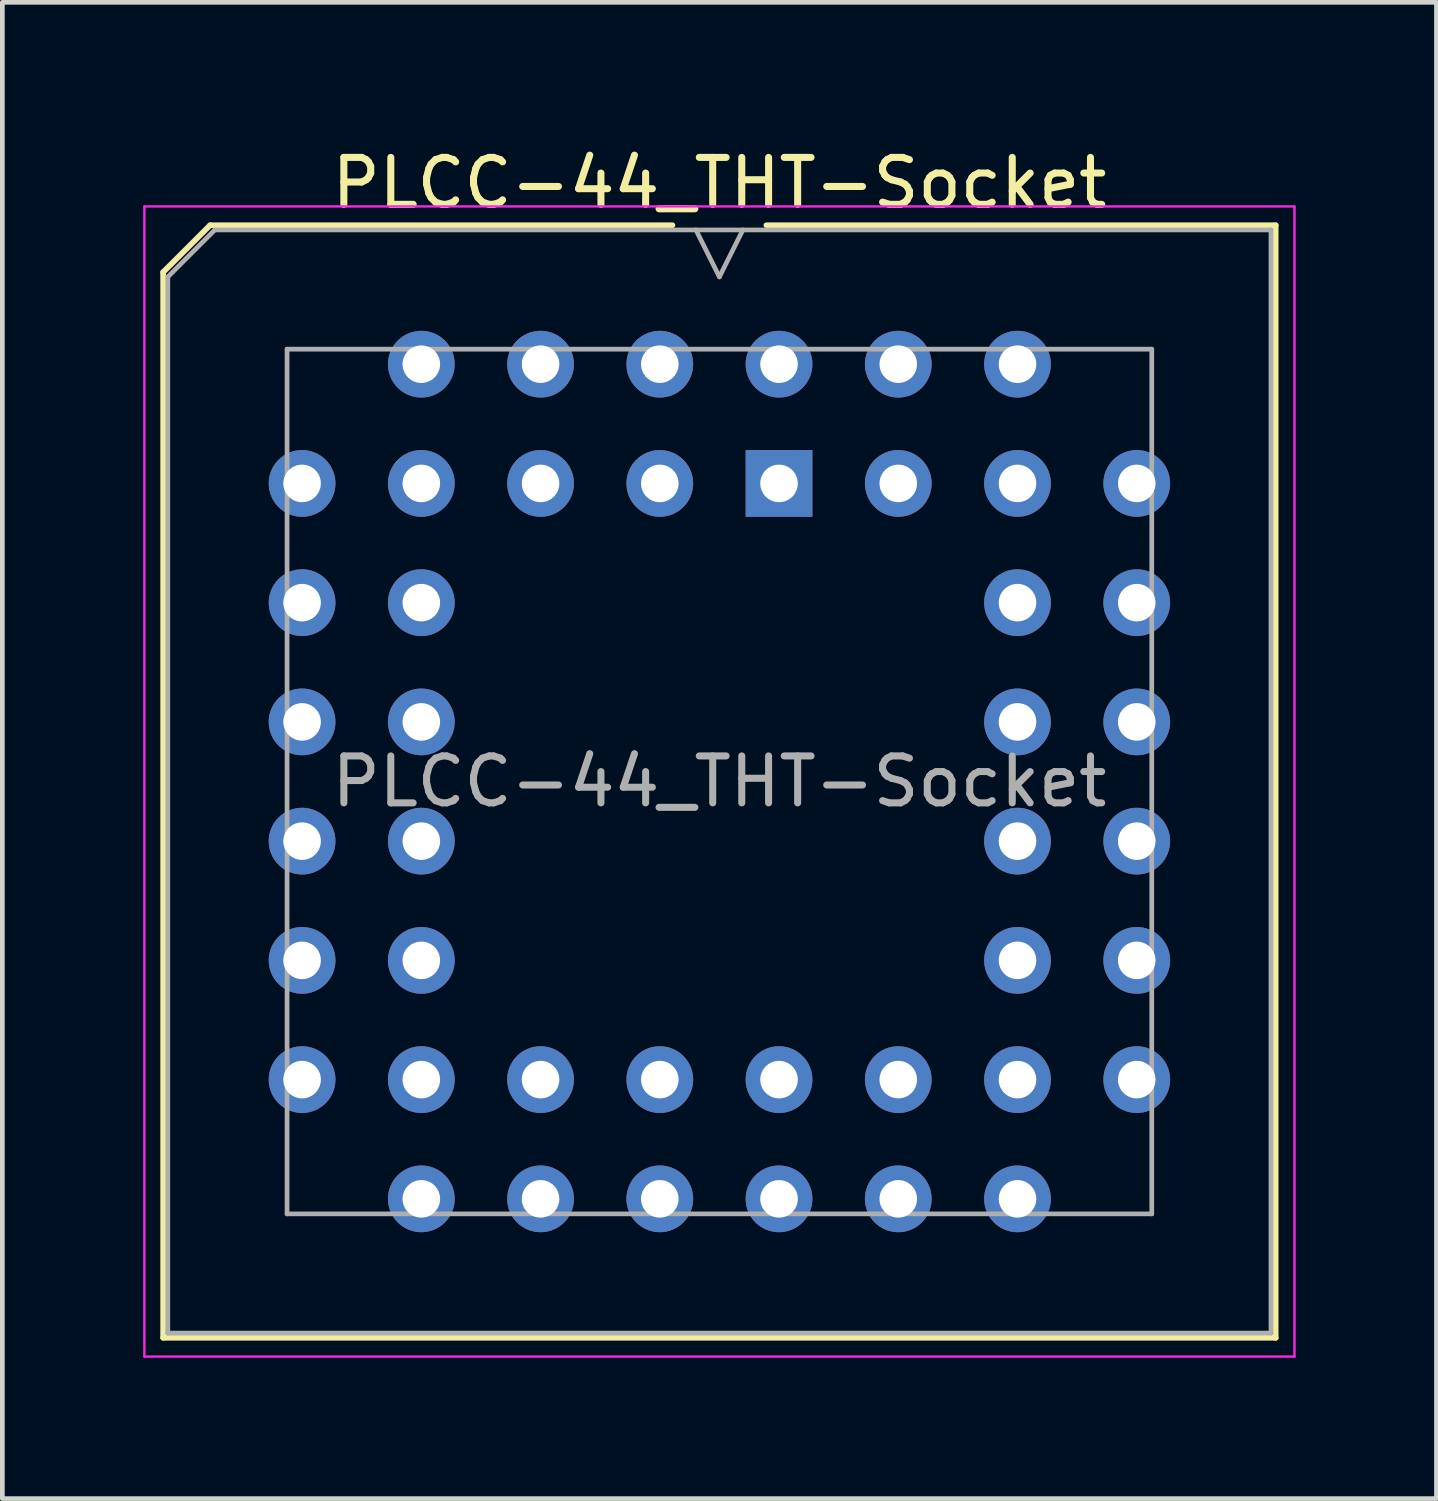
<source format=kicad_pcb>
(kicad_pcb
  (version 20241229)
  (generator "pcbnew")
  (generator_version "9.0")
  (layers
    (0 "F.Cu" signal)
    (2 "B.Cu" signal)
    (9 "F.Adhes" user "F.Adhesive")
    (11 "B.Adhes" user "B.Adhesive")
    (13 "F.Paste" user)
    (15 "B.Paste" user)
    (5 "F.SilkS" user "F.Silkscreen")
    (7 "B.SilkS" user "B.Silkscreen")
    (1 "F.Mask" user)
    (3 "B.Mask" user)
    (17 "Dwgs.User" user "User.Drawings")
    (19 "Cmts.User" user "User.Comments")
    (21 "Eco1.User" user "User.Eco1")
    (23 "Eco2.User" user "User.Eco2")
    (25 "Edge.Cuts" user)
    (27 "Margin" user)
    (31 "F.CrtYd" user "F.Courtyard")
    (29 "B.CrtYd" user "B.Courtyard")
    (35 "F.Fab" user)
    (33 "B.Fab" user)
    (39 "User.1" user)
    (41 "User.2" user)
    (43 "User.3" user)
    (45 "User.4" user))
  (footprint "PLCC-44_THT-Socket"
    (layer "F.Cu")
    (at 13.545 7.248)
    (property "Reference" "PLCC-44_THT-Socket" (at -1.27 -6.4 0) (layer "F.SilkS") (effects (font (size 1 1) (thickness 0.15))))
    (attr through_hole)
    (fp_line (start -13.12 -4.5) (end -13.12 18.2) (stroke (width 0.12) (type solid)) (layer "F.SilkS"))
    (fp_line (start -13.12 18.2) (end 10.58 18.2) (stroke (width 0.12) (type solid)) (layer "F.SilkS"))
    (fp_line (start -12.12 -5.5) (end -13.12 -4.5) (stroke (width 0.12) (type solid)) (layer "F.SilkS"))
    (fp_line (start -2.27 -5.5) (end -12.12 -5.5) (stroke (width 0.12) (type solid)) (layer "F.SilkS"))
    (fp_line (start 10.58 -5.5) (end -0.27 -5.5) (stroke (width 0.12) (type solid)) (layer "F.SilkS"))
    (fp_line (start 10.58 18.2) (end 10.58 -5.5) (stroke (width 0.12) (type solid)) (layer "F.SilkS"))
    (fp_line (start -13.52 -5.9) (end -13.52 18.6) (stroke (width 0.05) (type solid)) (layer "F.CrtYd"))
    (fp_line (start -13.52 18.6) (end 10.98 18.6) (stroke (width 0.05) (type solid)) (layer "F.CrtYd"))
    (fp_line (start 10.98 -5.9) (end -13.52 -5.9) (stroke (width 0.05) (type solid)) (layer "F.CrtYd"))
    (fp_line (start 10.98 18.6) (end 10.98 -5.9) (stroke (width 0.05) (type solid)) (layer "F.CrtYd"))
    (fp_line (start -13.02 -4.4) (end -13.02 18.1) (stroke (width 0.1) (type solid)) (layer "F.Fab"))
    (fp_line (start -13.02 18.1) (end 10.48 18.1) (stroke (width 0.1) (type solid)) (layer "F.Fab"))
    (fp_line (start -12.02 -5.4) (end -13.02 -4.4) (stroke (width 0.1) (type solid)) (layer "F.Fab"))
    (fp_line (start -10.48 -2.86) (end -10.48 15.56) (stroke (width 0.1) (type solid)) (layer "F.Fab"))
    (fp_line (start -10.48 15.56) (end 7.94 15.56) (stroke (width 0.1) (type solid)) (layer "F.Fab"))
    (fp_line (start -1.77 -5.4) (end -1.27 -4.4) (stroke (width 0.1) (type solid)) (layer "F.Fab"))
    (fp_line (start -1.27 -4.4) (end -0.77 -5.4) (stroke (width 0.1) (type solid)) (layer "F.Fab"))
    (fp_line (start 7.94 -2.86) (end -10.48 -2.86) (stroke (width 0.1) (type solid)) (layer "F.Fab"))
    (fp_line (start 7.94 15.56) (end 7.94 -2.86) (stroke (width 0.1) (type solid)) (layer "F.Fab"))
    (fp_line (start 10.48 -5.4) (end -12.02 -5.4) (stroke (width 0.1) (type solid)) (layer "F.Fab"))
    (fp_line (start 10.48 18.1) (end 10.48 -5.4) (stroke (width 0.1) (type solid)) (layer "F.Fab"))
    (fp_text user "${REFERENCE}" (at -1.27 6.35 0) (layer "F.Fab") (effects (font (size 1 1) (thickness 0.15))))
    (pad "1" thru_hole rect (at 0 0) (size 1.422 1.422) (drill 0.8) (layers "*.Cu" "*.Mask"))
    (pad "2" thru_hole circle (at -2.54 -2.54) (size 1.422 1.422) (drill 0.8) (layers "*.Cu" "*.Mask"))
    (pad "3" thru_hole circle (at -2.54 0) (size 1.422 1.422) (drill 0.8) (layers "*.Cu" "*.Mask"))
    (pad "4" thru_hole circle (at -5.08 -2.54) (size 1.422 1.422) (drill 0.8) (layers "*.Cu" "*.Mask"))
    (pad "5" thru_hole circle (at -5.08 0) (size 1.422 1.422) (drill 0.8) (layers "*.Cu" "*.Mask"))
    (pad "6" thru_hole circle (at -7.62 -2.54) (size 1.422 1.422) (drill 0.8) (layers "*.Cu" "*.Mask"))
    (pad "7" thru_hole circle (at -10.16 0) (size 1.422 1.422) (drill 0.8) (layers "*.Cu" "*.Mask"))
    (pad "8" thru_hole circle (at -7.62 0) (size 1.422 1.422) (drill 0.8) (layers "*.Cu" "*.Mask"))
    (pad "9" thru_hole circle (at -10.16 2.54) (size 1.422 1.422) (drill 0.8) (layers "*.Cu" "*.Mask"))
    (pad "10" thru_hole circle (at -7.62 2.54) (size 1.422 1.422) (drill 0.8) (layers "*.Cu" "*.Mask"))
    (pad "11" thru_hole circle (at -10.16 5.08) (size 1.422 1.422) (drill 0.8) (layers "*.Cu" "*.Mask"))
    (pad "12" thru_hole circle (at -7.62 5.08) (size 1.422 1.422) (drill 0.8) (layers "*.Cu" "*.Mask"))
    (pad "13" thru_hole circle (at -10.16 7.62) (size 1.422 1.422) (drill 0.8) (layers "*.Cu" "*.Mask"))
    (pad "14" thru_hole circle (at -7.62 7.62) (size 1.422 1.422) (drill 0.8) (layers "*.Cu" "*.Mask"))
    (pad "15" thru_hole circle (at -10.16 10.16) (size 1.422 1.422) (drill 0.8) (layers "*.Cu" "*.Mask"))
    (pad "16" thru_hole circle (at -7.62 10.16) (size 1.422 1.422) (drill 0.8) (layers "*.Cu" "*.Mask"))
    (pad "17" thru_hole circle (at -10.16 12.7) (size 1.422 1.422) (drill 0.8) (layers "*.Cu" "*.Mask"))
    (pad "18" thru_hole circle (at -7.62 15.24) (size 1.422 1.422) (drill 0.8) (layers "*.Cu" "*.Mask"))
    (pad "19" thru_hole circle (at -7.62 12.7) (size 1.422 1.422) (drill 0.8) (layers "*.Cu" "*.Mask"))
    (pad "20" thru_hole circle (at -5.08 15.24) (size 1.422 1.422) (drill 0.8) (layers "*.Cu" "*.Mask"))
    (pad "21" thru_hole circle (at -5.08 12.7) (size 1.422 1.422) (drill 0.8) (layers "*.Cu" "*.Mask"))
    (pad "22" thru_hole circle (at -2.54 15.24) (size 1.422 1.422) (drill 0.8) (layers "*.Cu" "*.Mask"))
    (pad "23" thru_hole circle (at -2.54 12.7) (size 1.422 1.422) (drill 0.8) (layers "*.Cu" "*.Mask"))
    (pad "24" thru_hole circle (at 0 15.24) (size 1.422 1.422) (drill 0.8) (layers "*.Cu" "*.Mask"))
    (pad "25" thru_hole circle (at 0 12.7) (size 1.422 1.422) (drill 0.8) (layers "*.Cu" "*.Mask"))
    (pad "26" thru_hole circle (at 2.54 15.24) (size 1.422 1.422) (drill 0.8) (layers "*.Cu" "*.Mask"))
    (pad "27" thru_hole circle (at 2.54 12.7) (size 1.422 1.422) (drill 0.8) (layers "*.Cu" "*.Mask"))
    (pad "28" thru_hole circle (at 5.08 15.24) (size 1.422 1.422) (drill 0.8) (layers "*.Cu" "*.Mask"))
    (pad "29" thru_hole circle (at 7.62 12.7) (size 1.422 1.422) (drill 0.8) (layers "*.Cu" "*.Mask"))
    (pad "30" thru_hole circle (at 5.08 12.7) (size 1.422 1.422) (drill 0.8) (layers "*.Cu" "*.Mask"))
    (pad "31" thru_hole circle (at 7.62 10.16) (size 1.422 1.422) (drill 0.8) (layers "*.Cu" "*.Mask"))
    (pad "32" thru_hole circle (at 5.08 10.16) (size 1.422 1.422) (drill 0.8) (layers "*.Cu" "*.Mask"))
    (pad "33" thru_hole circle (at 7.62 7.62) (size 1.422 1.422) (drill 0.8) (layers "*.Cu" "*.Mask"))
    (pad "34" thru_hole circle (at 5.08 7.62) (size 1.422 1.422) (drill 0.8) (layers "*.Cu" "*.Mask"))
    (pad "35" thru_hole circle (at 7.62 5.08) (size 1.422 1.422) (drill 0.8) (layers "*.Cu" "*.Mask"))
    (pad "36" thru_hole circle (at 5.08 5.08) (size 1.422 1.422) (drill 0.8) (layers "*.Cu" "*.Mask"))
    (pad "37" thru_hole circle (at 7.62 2.54) (size 1.422 1.422) (drill 0.8) (layers "*.Cu" "*.Mask"))
    (pad "38" thru_hole circle (at 5.08 2.54) (size 1.422 1.422) (drill 0.8) (layers "*.Cu" "*.Mask"))
    (pad "39" thru_hole circle (at 7.62 0) (size 1.422 1.422) (drill 0.8) (layers "*.Cu" "*.Mask"))
    (pad "40" thru_hole circle (at 5.08 -2.54) (size 1.422 1.422) (drill 0.8) (layers "*.Cu" "*.Mask"))
    (pad "41" thru_hole circle (at 5.08 0) (size 1.422 1.422) (drill 0.8) (layers "*.Cu" "*.Mask"))
    (pad "42" thru_hole circle (at 2.54 -2.54) (size 1.422 1.422) (drill 0.8) (layers "*.Cu" "*.Mask"))
    (pad "43" thru_hole circle (at 2.54 0) (size 1.422 1.422) (drill 0.8) (layers "*.Cu" "*.Mask"))
    (pad "44" thru_hole circle (at 0 -2.54) (size 1.422 1.422) (drill 0.8) (layers "*.Cu" "*.Mask")))
  (gr_rect
    (start -3 -3)
    (end 27.55 28.873)
    (stroke (width 0.1) (type default))
    (fill no)
    (layer "Edge.Cuts")))
</source>
